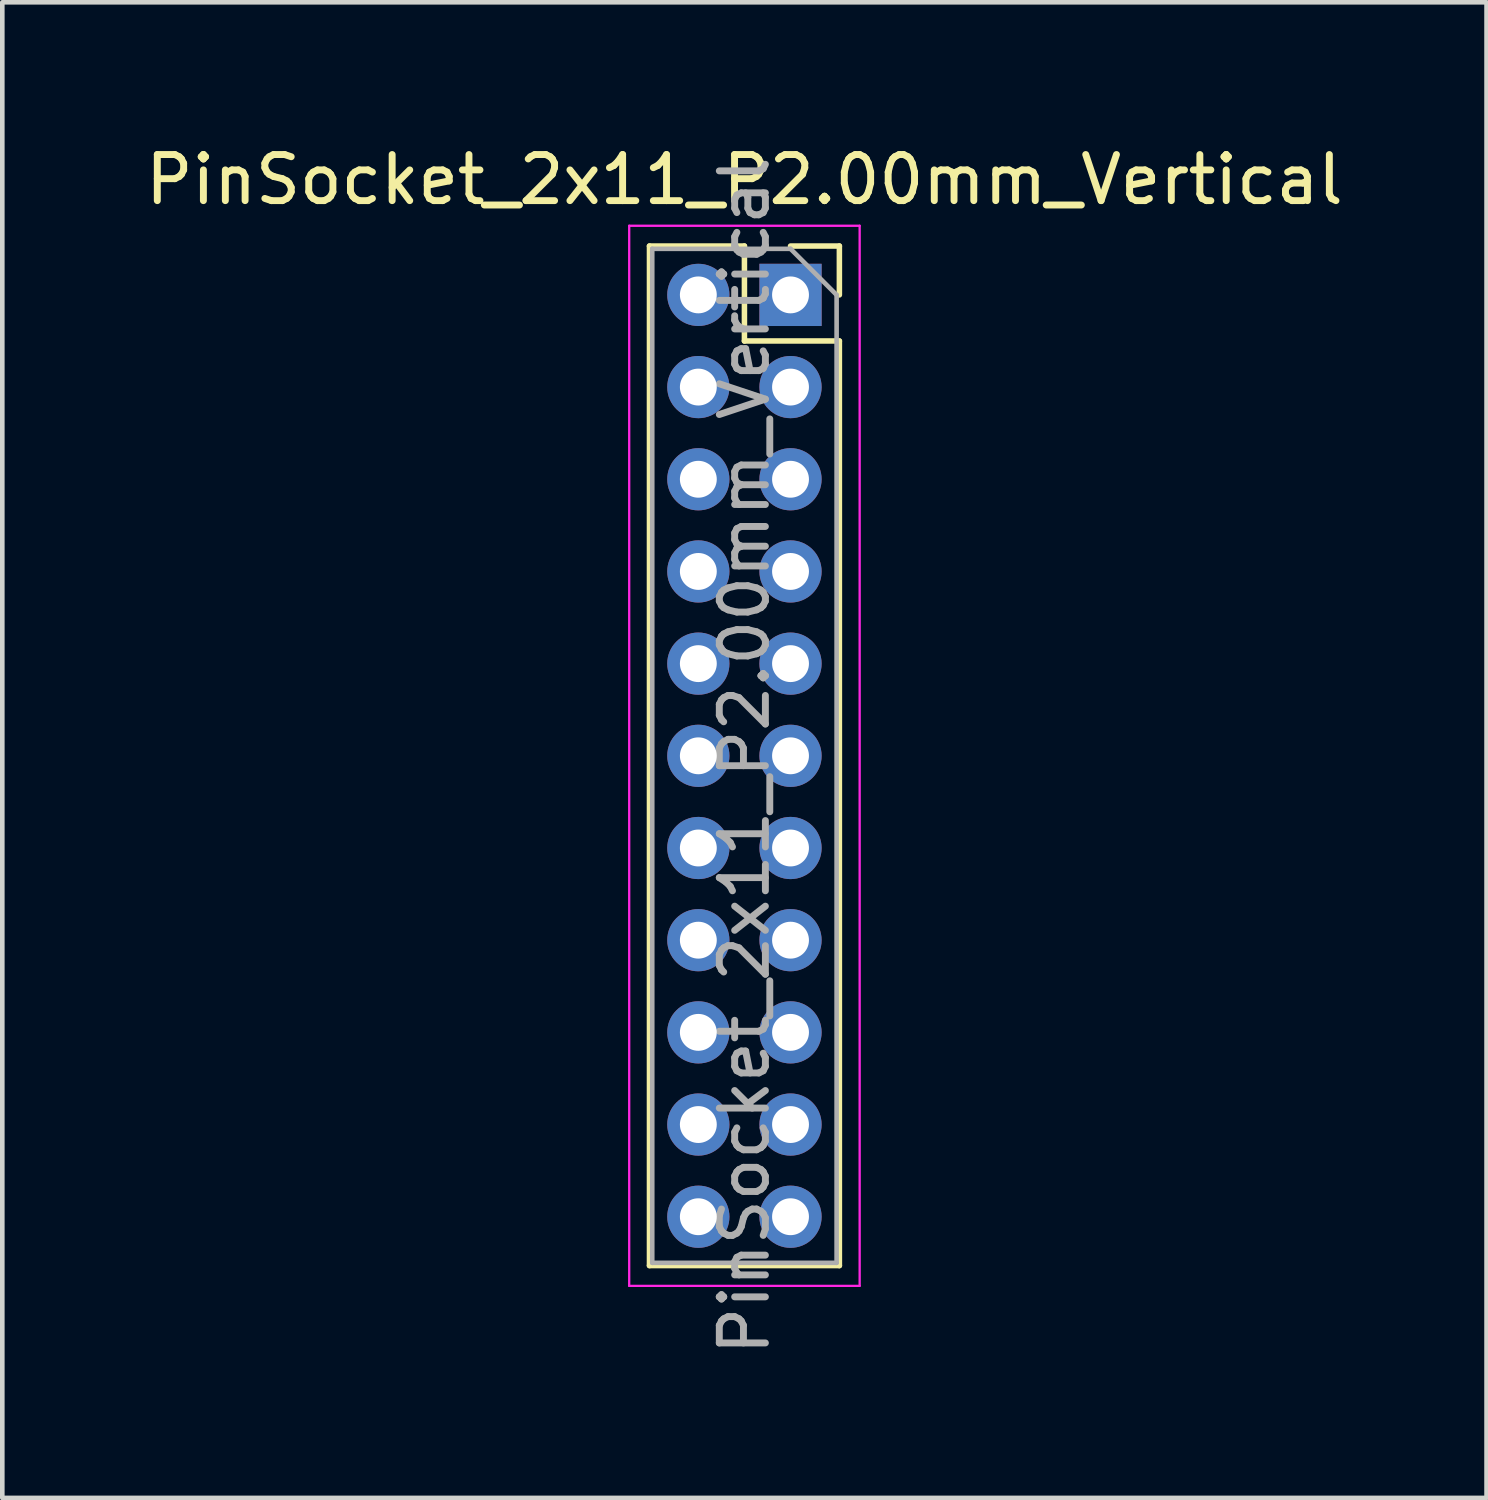
<source format=kicad_pcb>
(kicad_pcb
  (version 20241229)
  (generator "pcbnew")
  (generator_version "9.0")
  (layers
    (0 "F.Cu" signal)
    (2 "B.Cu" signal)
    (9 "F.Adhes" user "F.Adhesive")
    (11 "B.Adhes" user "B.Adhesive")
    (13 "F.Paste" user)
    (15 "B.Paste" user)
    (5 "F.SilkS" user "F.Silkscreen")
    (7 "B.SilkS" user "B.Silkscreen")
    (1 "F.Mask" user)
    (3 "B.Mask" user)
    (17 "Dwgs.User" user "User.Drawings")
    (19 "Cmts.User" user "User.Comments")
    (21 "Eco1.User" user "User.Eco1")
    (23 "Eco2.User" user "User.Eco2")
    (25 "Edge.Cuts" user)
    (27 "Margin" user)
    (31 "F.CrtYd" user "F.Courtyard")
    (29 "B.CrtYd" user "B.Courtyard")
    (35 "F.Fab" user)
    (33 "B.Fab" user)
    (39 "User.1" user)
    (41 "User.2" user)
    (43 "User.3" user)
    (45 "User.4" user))
  (footprint "PinSocket_2x11_P2.00mm_Vertical"
    (layer "F.Cu")
    (at 14.101 3.348)
    (property "Reference" "PinSocket_2x11_P2.00mm_Vertical" (at -1 -2.5 0) (layer "F.SilkS") (effects (font (size 1 1) (thickness 0.15))))
    (attr through_hole)
    (fp_line (start -3.06 -1.06) (end -3.06 21.06) (stroke (width 0.12) (type solid)) (layer "F.SilkS"))
    (fp_line (start -3.06 -1.06) (end -1 -1.06) (stroke (width 0.12) (type solid)) (layer "F.SilkS"))
    (fp_line (start -3.06 21.06) (end 1.06 21.06) (stroke (width 0.12) (type solid)) (layer "F.SilkS"))
    (fp_line (start -1 -1.06) (end -1 1) (stroke (width 0.12) (type solid)) (layer "F.SilkS"))
    (fp_line (start -1 1) (end 1.06 1) (stroke (width 0.12) (type solid)) (layer "F.SilkS"))
    (fp_line (start 0 -1.06) (end 1.06 -1.06) (stroke (width 0.12) (type solid)) (layer "F.SilkS"))
    (fp_line (start 1.06 -1.06) (end 1.06 0) (stroke (width 0.12) (type solid)) (layer "F.SilkS"))
    (fp_line (start 1.06 1) (end 1.06 21.06) (stroke (width 0.12) (type solid)) (layer "F.SilkS"))
    (fp_line (start -3.5 -1.5) (end 1.5 -1.5) (stroke (width 0.05) (type solid)) (layer "F.CrtYd"))
    (fp_line (start -3.5 21.5) (end -3.5 -1.5) (stroke (width 0.05) (type solid)) (layer "F.CrtYd"))
    (fp_line (start 1.5 -1.5) (end 1.5 21.5) (stroke (width 0.05) (type solid)) (layer "F.CrtYd"))
    (fp_line (start 1.5 21.5) (end -3.5 21.5) (stroke (width 0.05) (type solid)) (layer "F.CrtYd"))
    (fp_line (start -3 -1) (end 0 -1) (stroke (width 0.1) (type solid)) (layer "F.Fab"))
    (fp_line (start -3 21) (end -3 -1) (stroke (width 0.1) (type solid)) (layer "F.Fab"))
    (fp_line (start 0 -1) (end 1 0) (stroke (width 0.1) (type solid)) (layer "F.Fab"))
    (fp_line (start 1 0) (end 1 21) (stroke (width 0.1) (type solid)) (layer "F.Fab"))
    (fp_line (start 1 21) (end -3 21) (stroke (width 0.1) (type solid)) (layer "F.Fab"))
    (fp_text user "${REFERENCE}" (at -1 10 90) (layer "F.Fab") (effects (font (size 1 1) (thickness 0.15))))
    (pad "1" thru_hole rect (at 0 0) (size 1.35 1.35) (drill 0.8) (layers "*.Cu" "*.Mask"))
    (pad "2" thru_hole oval (at -2 0) (size 1.35 1.35) (drill 0.8) (layers "*.Cu" "*.Mask"))
    (pad "3" thru_hole oval (at 0 2) (size 1.35 1.35) (drill 0.8) (layers "*.Cu" "*.Mask"))
    (pad "4" thru_hole oval (at -2 2) (size 1.35 1.35) (drill 0.8) (layers "*.Cu" "*.Mask"))
    (pad "5" thru_hole oval (at 0 4) (size 1.35 1.35) (drill 0.8) (layers "*.Cu" "*.Mask"))
    (pad "6" thru_hole oval (at -2 4) (size 1.35 1.35) (drill 0.8) (layers "*.Cu" "*.Mask"))
    (pad "7" thru_hole oval (at 0 6) (size 1.35 1.35) (drill 0.8) (layers "*.Cu" "*.Mask"))
    (pad "8" thru_hole oval (at -2 6) (size 1.35 1.35) (drill 0.8) (layers "*.Cu" "*.Mask"))
    (pad "9" thru_hole oval (at 0 8) (size 1.35 1.35) (drill 0.8) (layers "*.Cu" "*.Mask"))
    (pad "10" thru_hole oval (at -2 8) (size 1.35 1.35) (drill 0.8) (layers "*.Cu" "*.Mask"))
    (pad "11" thru_hole oval (at 0 10) (size 1.35 1.35) (drill 0.8) (layers "*.Cu" "*.Mask"))
    (pad "12" thru_hole oval (at -2 10) (size 1.35 1.35) (drill 0.8) (layers "*.Cu" "*.Mask"))
    (pad "13" thru_hole oval (at 0 12) (size 1.35 1.35) (drill 0.8) (layers "*.Cu" "*.Mask"))
    (pad "14" thru_hole oval (at -2 12) (size 1.35 1.35) (drill 0.8) (layers "*.Cu" "*.Mask"))
    (pad "15" thru_hole oval (at 0 14) (size 1.35 1.35) (drill 0.8) (layers "*.Cu" "*.Mask"))
    (pad "16" thru_hole oval (at -2 14) (size 1.35 1.35) (drill 0.8) (layers "*.Cu" "*.Mask"))
    (pad "17" thru_hole oval (at 0 16) (size 1.35 1.35) (drill 0.8) (layers "*.Cu" "*.Mask"))
    (pad "18" thru_hole oval (at -2 16) (size 1.35 1.35) (drill 0.8) (layers "*.Cu" "*.Mask"))
    (pad "19" thru_hole oval (at 0 18) (size 1.35 1.35) (drill 0.8) (layers "*.Cu" "*.Mask"))
    (pad "20" thru_hole oval (at -2 18) (size 1.35 1.35) (drill 0.8) (layers "*.Cu" "*.Mask"))
    (pad "21" thru_hole oval (at 0 20) (size 1.35 1.35) (drill 0.8) (layers "*.Cu" "*.Mask"))
    (pad "22" thru_hole oval (at -2 20) (size 1.35 1.35) (drill 0.8) (layers "*.Cu" "*.Mask")))
  (gr_rect
    (start -3 -3)
    (end 29.202 29.449)
    (stroke (width 0.1) (type default))
    (fill no)
    (layer "Edge.Cuts")))
</source>
